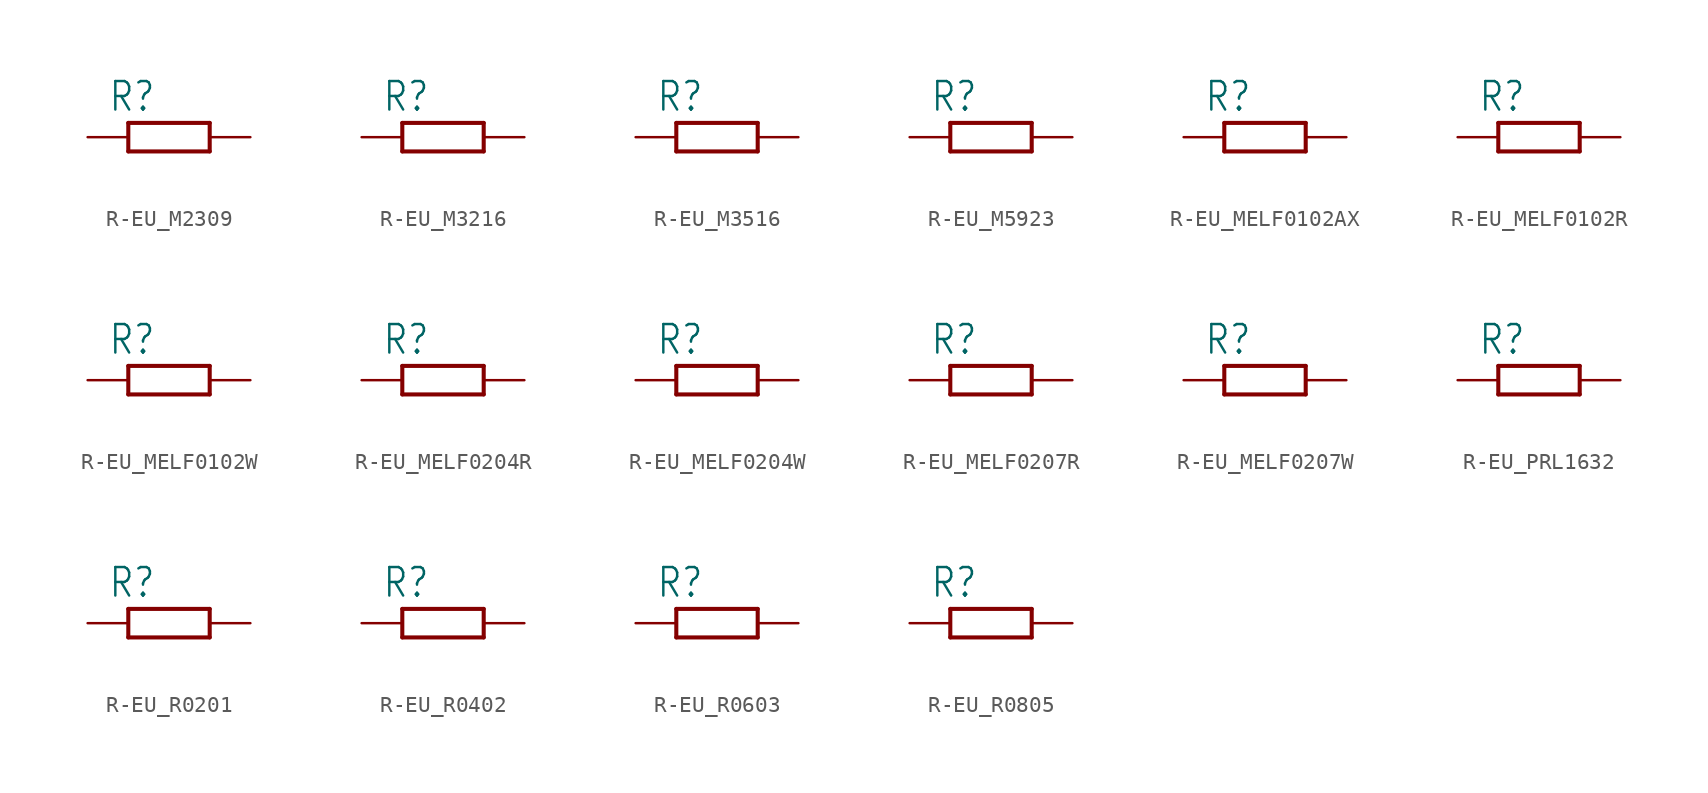
<source format=kicad_sym>
(kicad_symbol_lib
  (version 20231120)
  (generator "kicad_symbol_editor")
  (generator_version "8.0")
  (symbol "R-EU_M2309"
    (property "Reference" "R"
      (at -3.81 1.499 0)
      (effects (font (size 1.778 1.511)) (justify left bottom)))
    (property "Value" ""
      (at -3.81 -3.302 0)
      (effects (font (size 1.778 1.511)) (justify left bottom)))
    (property "ki_locked" ""
      (at 0 0 0)
      (effects (font (size 1.27 1.27))))
    (symbol "R-EU_M2309_1_0"
      (polyline (pts (xy -2.54 -0.889) (xy -2.54 0.889)) (stroke (width 0.254) (type solid)) (fill (type none)))
      (polyline (pts (xy -2.54 -0.889) (xy 2.54 -0.889)) (stroke (width 0.254) (type solid)) (fill (type none)))
      (polyline (pts (xy 2.54 -0.889) (xy 2.54 0.889)) (stroke (width 0.254) (type solid)) (fill (type none)))
      (polyline (pts (xy 2.54 0.889) (xy -2.54 0.889)) (stroke (width 0.254) (type solid)) (fill (type none)))
      (pin passive line (at -5.08 0 0) (length 2.54) (name "1" (effects (font (size 0 0)))) (number "1" (effects (font (size 0 0)))))
      (pin passive line (at 5.08 0 180) (length 2.54) (name "2" (effects (font (size 0 0)))) (number "2" (effects (font (size 0 0)))))))
  (symbol "R-EU_M3216"
    (property "Reference" "R"
      (at -3.81 1.499 0)
      (effects (font (size 1.778 1.511)) (justify left bottom)))
    (property "Value" ""
      (at -3.81 -3.302 0)
      (effects (font (size 1.778 1.511)) (justify left bottom)))
    (property "ki_locked" ""
      (at 0 0 0)
      (effects (font (size 1.27 1.27))))
    (symbol "R-EU_M3216_1_0"
      (polyline (pts (xy -2.54 -0.889) (xy -2.54 0.889)) (stroke (width 0.254) (type solid)) (fill (type none)))
      (polyline (pts (xy -2.54 -0.889) (xy 2.54 -0.889)) (stroke (width 0.254) (type solid)) (fill (type none)))
      (polyline (pts (xy 2.54 -0.889) (xy 2.54 0.889)) (stroke (width 0.254) (type solid)) (fill (type none)))
      (polyline (pts (xy 2.54 0.889) (xy -2.54 0.889)) (stroke (width 0.254) (type solid)) (fill (type none)))
      (pin passive line (at -5.08 0 0) (length 2.54) (name "1" (effects (font (size 0 0)))) (number "1" (effects (font (size 0 0)))))
      (pin passive line (at 5.08 0 180) (length 2.54) (name "2" (effects (font (size 0 0)))) (number "2" (effects (font (size 0 0)))))))
  (symbol "R-EU_M3516"
    (property "Reference" "R"
      (at -3.81 1.499 0)
      (effects (font (size 1.778 1.511)) (justify left bottom)))
    (property "Value" ""
      (at -3.81 -3.302 0)
      (effects (font (size 1.778 1.511)) (justify left bottom)))
    (property "ki_locked" ""
      (at 0 0 0)
      (effects (font (size 1.27 1.27))))
    (symbol "R-EU_M3516_1_0"
      (polyline (pts (xy -2.54 -0.889) (xy -2.54 0.889)) (stroke (width 0.254) (type solid)) (fill (type none)))
      (polyline (pts (xy -2.54 -0.889) (xy 2.54 -0.889)) (stroke (width 0.254) (type solid)) (fill (type none)))
      (polyline (pts (xy 2.54 -0.889) (xy 2.54 0.889)) (stroke (width 0.254) (type solid)) (fill (type none)))
      (polyline (pts (xy 2.54 0.889) (xy -2.54 0.889)) (stroke (width 0.254) (type solid)) (fill (type none)))
      (pin passive line (at -5.08 0 0) (length 2.54) (name "1" (effects (font (size 0 0)))) (number "1" (effects (font (size 0 0)))))
      (pin passive line (at 5.08 0 180) (length 2.54) (name "2" (effects (font (size 0 0)))) (number "2" (effects (font (size 0 0)))))))
  (symbol "R-EU_M5923"
    (property "Reference" "R"
      (at -3.81 1.499 0)
      (effects (font (size 1.778 1.511)) (justify left bottom)))
    (property "Value" ""
      (at -3.81 -3.302 0)
      (effects (font (size 1.778 1.511)) (justify left bottom)))
    (property "ki_locked" ""
      (at 0 0 0)
      (effects (font (size 1.27 1.27))))
    (symbol "R-EU_M5923_1_0"
      (polyline (pts (xy -2.54 -0.889) (xy -2.54 0.889)) (stroke (width 0.254) (type solid)) (fill (type none)))
      (polyline (pts (xy -2.54 -0.889) (xy 2.54 -0.889)) (stroke (width 0.254) (type solid)) (fill (type none)))
      (polyline (pts (xy 2.54 -0.889) (xy 2.54 0.889)) (stroke (width 0.254) (type solid)) (fill (type none)))
      (polyline (pts (xy 2.54 0.889) (xy -2.54 0.889)) (stroke (width 0.254) (type solid)) (fill (type none)))
      (pin passive line (at -5.08 0 0) (length 2.54) (name "1" (effects (font (size 0 0)))) (number "1" (effects (font (size 0 0)))))
      (pin passive line (at 5.08 0 180) (length 2.54) (name "2" (effects (font (size 0 0)))) (number "2" (effects (font (size 0 0)))))))
  (symbol "R-EU_MELF0102AX"
    (property "Reference" "R"
      (at -3.81 1.499 0)
      (effects (font (size 1.778 1.511)) (justify left bottom)))
    (property "Value" ""
      (at -3.81 -3.302 0)
      (effects (font (size 1.778 1.511)) (justify left bottom)))
    (property "ki_locked" ""
      (at 0 0 0)
      (effects (font (size 1.27 1.27))))
    (symbol "R-EU_MELF0102AX_1_0"
      (polyline (pts (xy -2.54 -0.889) (xy -2.54 0.889)) (stroke (width 0.254) (type solid)) (fill (type none)))
      (polyline (pts (xy -2.54 -0.889) (xy 2.54 -0.889)) (stroke (width 0.254) (type solid)) (fill (type none)))
      (polyline (pts (xy 2.54 -0.889) (xy 2.54 0.889)) (stroke (width 0.254) (type solid)) (fill (type none)))
      (polyline (pts (xy 2.54 0.889) (xy -2.54 0.889)) (stroke (width 0.254) (type solid)) (fill (type none)))
      (pin passive line (at -5.08 0 0) (length 2.54) (name "1" (effects (font (size 0 0)))) (number "1" (effects (font (size 0 0)))))
      (pin passive line (at 5.08 0 180) (length 2.54) (name "2" (effects (font (size 0 0)))) (number "2" (effects (font (size 0 0)))))))
  (symbol "R-EU_MELF0102R"
    (property "Reference" "R"
      (at -3.81 1.499 0)
      (effects (font (size 1.778 1.511)) (justify left bottom)))
    (property "Value" ""
      (at -3.81 -3.302 0)
      (effects (font (size 1.778 1.511)) (justify left bottom)))
    (property "ki_locked" ""
      (at 0 0 0)
      (effects (font (size 1.27 1.27))))
    (symbol "R-EU_MELF0102R_1_0"
      (polyline (pts (xy -2.54 -0.889) (xy -2.54 0.889)) (stroke (width 0.254) (type solid)) (fill (type none)))
      (polyline (pts (xy -2.54 -0.889) (xy 2.54 -0.889)) (stroke (width 0.254) (type solid)) (fill (type none)))
      (polyline (pts (xy 2.54 -0.889) (xy 2.54 0.889)) (stroke (width 0.254) (type solid)) (fill (type none)))
      (polyline (pts (xy 2.54 0.889) (xy -2.54 0.889)) (stroke (width 0.254) (type solid)) (fill (type none)))
      (pin passive line (at -5.08 0 0) (length 2.54) (name "1" (effects (font (size 0 0)))) (number "1" (effects (font (size 0 0)))))
      (pin passive line (at 5.08 0 180) (length 2.54) (name "2" (effects (font (size 0 0)))) (number "2" (effects (font (size 0 0)))))))
  (symbol "R-EU_MELF0102W"
    (property "Reference" "R"
      (at -3.81 1.499 0)
      (effects (font (size 1.778 1.511)) (justify left bottom)))
    (property "Value" ""
      (at -3.81 -3.302 0)
      (effects (font (size 1.778 1.511)) (justify left bottom)))
    (property "ki_locked" ""
      (at 0 0 0)
      (effects (font (size 1.27 1.27))))
    (symbol "R-EU_MELF0102W_1_0"
      (polyline (pts (xy -2.54 -0.889) (xy -2.54 0.889)) (stroke (width 0.254) (type solid)) (fill (type none)))
      (polyline (pts (xy -2.54 -0.889) (xy 2.54 -0.889)) (stroke (width 0.254) (type solid)) (fill (type none)))
      (polyline (pts (xy 2.54 -0.889) (xy 2.54 0.889)) (stroke (width 0.254) (type solid)) (fill (type none)))
      (polyline (pts (xy 2.54 0.889) (xy -2.54 0.889)) (stroke (width 0.254) (type solid)) (fill (type none)))
      (pin passive line (at -5.08 0 0) (length 2.54) (name "1" (effects (font (size 0 0)))) (number "1" (effects (font (size 0 0)))))
      (pin passive line (at 5.08 0 180) (length 2.54) (name "2" (effects (font (size 0 0)))) (number "2" (effects (font (size 0 0)))))))
  (symbol "R-EU_MELF0204R"
    (property "Reference" "R"
      (at -3.81 1.499 0)
      (effects (font (size 1.778 1.511)) (justify left bottom)))
    (property "Value" ""
      (at -3.81 -3.302 0)
      (effects (font (size 1.778 1.511)) (justify left bottom)))
    (property "ki_locked" ""
      (at 0 0 0)
      (effects (font (size 1.27 1.27))))
    (symbol "R-EU_MELF0204R_1_0"
      (polyline (pts (xy -2.54 -0.889) (xy -2.54 0.889)) (stroke (width 0.254) (type solid)) (fill (type none)))
      (polyline (pts (xy -2.54 -0.889) (xy 2.54 -0.889)) (stroke (width 0.254) (type solid)) (fill (type none)))
      (polyline (pts (xy 2.54 -0.889) (xy 2.54 0.889)) (stroke (width 0.254) (type solid)) (fill (type none)))
      (polyline (pts (xy 2.54 0.889) (xy -2.54 0.889)) (stroke (width 0.254) (type solid)) (fill (type none)))
      (pin passive line (at -5.08 0 0) (length 2.54) (name "1" (effects (font (size 0 0)))) (number "1" (effects (font (size 0 0)))))
      (pin passive line (at 5.08 0 180) (length 2.54) (name "2" (effects (font (size 0 0)))) (number "2" (effects (font (size 0 0)))))))
  (symbol "R-EU_MELF0204W"
    (property "Reference" "R"
      (at -3.81 1.499 0)
      (effects (font (size 1.778 1.511)) (justify left bottom)))
    (property "Value" ""
      (at -3.81 -3.302 0)
      (effects (font (size 1.778 1.511)) (justify left bottom)))
    (property "ki_locked" ""
      (at 0 0 0)
      (effects (font (size 1.27 1.27))))
    (symbol "R-EU_MELF0204W_1_0"
      (polyline (pts (xy -2.54 -0.889) (xy -2.54 0.889)) (stroke (width 0.254) (type solid)) (fill (type none)))
      (polyline (pts (xy -2.54 -0.889) (xy 2.54 -0.889)) (stroke (width 0.254) (type solid)) (fill (type none)))
      (polyline (pts (xy 2.54 -0.889) (xy 2.54 0.889)) (stroke (width 0.254) (type solid)) (fill (type none)))
      (polyline (pts (xy 2.54 0.889) (xy -2.54 0.889)) (stroke (width 0.254) (type solid)) (fill (type none)))
      (pin passive line (at -5.08 0 0) (length 2.54) (name "1" (effects (font (size 0 0)))) (number "1" (effects (font (size 0 0)))))
      (pin passive line (at 5.08 0 180) (length 2.54) (name "2" (effects (font (size 0 0)))) (number "2" (effects (font (size 0 0)))))))
  (symbol "R-EU_MELF0207R"
    (property "Reference" "R"
      (at -3.81 1.499 0)
      (effects (font (size 1.778 1.511)) (justify left bottom)))
    (property "Value" ""
      (at -3.81 -3.302 0)
      (effects (font (size 1.778 1.511)) (justify left bottom)))
    (property "ki_locked" ""
      (at 0 0 0)
      (effects (font (size 1.27 1.27))))
    (symbol "R-EU_MELF0207R_1_0"
      (polyline (pts (xy -2.54 -0.889) (xy -2.54 0.889)) (stroke (width 0.254) (type solid)) (fill (type none)))
      (polyline (pts (xy -2.54 -0.889) (xy 2.54 -0.889)) (stroke (width 0.254) (type solid)) (fill (type none)))
      (polyline (pts (xy 2.54 -0.889) (xy 2.54 0.889)) (stroke (width 0.254) (type solid)) (fill (type none)))
      (polyline (pts (xy 2.54 0.889) (xy -2.54 0.889)) (stroke (width 0.254) (type solid)) (fill (type none)))
      (pin passive line (at -5.08 0 0) (length 2.54) (name "1" (effects (font (size 0 0)))) (number "1" (effects (font (size 0 0)))))
      (pin passive line (at 5.08 0 180) (length 2.54) (name "2" (effects (font (size 0 0)))) (number "2" (effects (font (size 0 0)))))))
  (symbol "R-EU_MELF0207W"
    (property "Reference" "R"
      (at -3.81 1.499 0)
      (effects (font (size 1.778 1.511)) (justify left bottom)))
    (property "Value" ""
      (at -3.81 -3.302 0)
      (effects (font (size 1.778 1.511)) (justify left bottom)))
    (property "ki_locked" ""
      (at 0 0 0)
      (effects (font (size 1.27 1.27))))
    (symbol "R-EU_MELF0207W_1_0"
      (polyline (pts (xy -2.54 -0.889) (xy -2.54 0.889)) (stroke (width 0.254) (type solid)) (fill (type none)))
      (polyline (pts (xy -2.54 -0.889) (xy 2.54 -0.889)) (stroke (width 0.254) (type solid)) (fill (type none)))
      (polyline (pts (xy 2.54 -0.889) (xy 2.54 0.889)) (stroke (width 0.254) (type solid)) (fill (type none)))
      (polyline (pts (xy 2.54 0.889) (xy -2.54 0.889)) (stroke (width 0.254) (type solid)) (fill (type none)))
      (pin passive line (at -5.08 0 0) (length 2.54) (name "1" (effects (font (size 0 0)))) (number "1" (effects (font (size 0 0)))))
      (pin passive line (at 5.08 0 180) (length 2.54) (name "2" (effects (font (size 0 0)))) (number "2" (effects (font (size 0 0)))))))
  (symbol "R-EU_PRL1632"
    (property "Reference" "R"
      (at -3.81 1.499 0)
      (effects (font (size 1.778 1.511)) (justify left bottom)))
    (property "Value" ""
      (at -3.81 -3.302 0)
      (effects (font (size 1.778 1.511)) (justify left bottom)))
    (property "ki_locked" ""
      (at 0 0 0)
      (effects (font (size 1.27 1.27))))
    (symbol "R-EU_PRL1632_1_0"
      (polyline (pts (xy -2.54 -0.889) (xy -2.54 0.889)) (stroke (width 0.254) (type solid)) (fill (type none)))
      (polyline (pts (xy -2.54 -0.889) (xy 2.54 -0.889)) (stroke (width 0.254) (type solid)) (fill (type none)))
      (polyline (pts (xy 2.54 -0.889) (xy 2.54 0.889)) (stroke (width 0.254) (type solid)) (fill (type none)))
      (polyline (pts (xy 2.54 0.889) (xy -2.54 0.889)) (stroke (width 0.254) (type solid)) (fill (type none)))
      (pin passive line (at -5.08 0 0) (length 2.54) (name "1" (effects (font (size 0 0)))) (number "1" (effects (font (size 0 0)))))
      (pin passive line (at 5.08 0 180) (length 2.54) (name "2" (effects (font (size 0 0)))) (number "2" (effects (font (size 0 0)))))))
  (symbol "R-EU_R0201"
    (property "Reference" "R"
      (at -3.81 1.499 0)
      (effects (font (size 1.778 1.511)) (justify left bottom)))
    (property "Value" ""
      (at -3.81 -3.302 0)
      (effects (font (size 1.778 1.511)) (justify left bottom)))
    (property "ki_locked" ""
      (at 0 0 0)
      (effects (font (size 1.27 1.27))))
    (symbol "R-EU_R0201_1_0"
      (polyline (pts (xy -2.54 -0.889) (xy -2.54 0.889)) (stroke (width 0.254) (type solid)) (fill (type none)))
      (polyline (pts (xy -2.54 -0.889) (xy 2.54 -0.889)) (stroke (width 0.254) (type solid)) (fill (type none)))
      (polyline (pts (xy 2.54 -0.889) (xy 2.54 0.889)) (stroke (width 0.254) (type solid)) (fill (type none)))
      (polyline (pts (xy 2.54 0.889) (xy -2.54 0.889)) (stroke (width 0.254) (type solid)) (fill (type none)))
      (pin passive line (at -5.08 0 0) (length 2.54) (name "1" (effects (font (size 0 0)))) (number "1" (effects (font (size 0 0)))))
      (pin passive line (at 5.08 0 180) (length 2.54) (name "2" (effects (font (size 0 0)))) (number "2" (effects (font (size 0 0)))))))
  (symbol "R-EU_R0402"
    (property "Reference" "R"
      (at -3.81 1.499 0)
      (effects (font (size 1.778 1.511)) (justify left bottom)))
    (property "Value" ""
      (at -3.81 -3.302 0)
      (effects (font (size 1.778 1.511)) (justify left bottom)))
    (property "ki_locked" ""
      (at 0 0 0)
      (effects (font (size 1.27 1.27))))
    (symbol "R-EU_R0402_1_0"
      (polyline (pts (xy -2.54 -0.889) (xy -2.54 0.889)) (stroke (width 0.254) (type solid)) (fill (type none)))
      (polyline (pts (xy -2.54 -0.889) (xy 2.54 -0.889)) (stroke (width 0.254) (type solid)) (fill (type none)))
      (polyline (pts (xy 2.54 -0.889) (xy 2.54 0.889)) (stroke (width 0.254) (type solid)) (fill (type none)))
      (polyline (pts (xy 2.54 0.889) (xy -2.54 0.889)) (stroke (width 0.254) (type solid)) (fill (type none)))
      (pin passive line (at -5.08 0 0) (length 2.54) (name "1" (effects (font (size 0 0)))) (number "1" (effects (font (size 0 0)))))
      (pin passive line (at 5.08 0 180) (length 2.54) (name "2" (effects (font (size 0 0)))) (number "2" (effects (font (size 0 0)))))))
  (symbol "R-EU_R0603"
    (property "Reference" "R"
      (at -3.81 1.499 0)
      (effects (font (size 1.778 1.511)) (justify left bottom)))
    (property "Value" ""
      (at -3.81 -3.302 0)
      (effects (font (size 1.778 1.511)) (justify left bottom)))
    (property "ki_locked" ""
      (at 0 0 0)
      (effects (font (size 1.27 1.27))))
    (symbol "R-EU_R0603_1_0"
      (polyline (pts (xy -2.54 -0.889) (xy -2.54 0.889)) (stroke (width 0.254) (type solid)) (fill (type none)))
      (polyline (pts (xy -2.54 -0.889) (xy 2.54 -0.889)) (stroke (width 0.254) (type solid)) (fill (type none)))
      (polyline (pts (xy 2.54 -0.889) (xy 2.54 0.889)) (stroke (width 0.254) (type solid)) (fill (type none)))
      (polyline (pts (xy 2.54 0.889) (xy -2.54 0.889)) (stroke (width 0.254) (type solid)) (fill (type none)))
      (pin passive line (at -5.08 0 0) (length 2.54) (name "1" (effects (font (size 0 0)))) (number "1" (effects (font (size 0 0)))))
      (pin passive line (at 5.08 0 180) (length 2.54) (name "2" (effects (font (size 0 0)))) (number "2" (effects (font (size 0 0)))))))
  (symbol "R-EU_R0805"
    (property "Reference" "R"
      (at -3.81 1.499 0)
      (effects (font (size 1.778 1.511)) (justify left bottom)))
    (property "Value" ""
      (at -3.81 -3.302 0)
      (effects (font (size 1.778 1.511)) (justify left bottom)))
    (property "ki_locked" ""
      (at 0 0 0)
      (effects (font (size 1.27 1.27))))
    (symbol "R-EU_R0805_1_0"
      (polyline (pts (xy -2.54 -0.889) (xy -2.54 0.889)) (stroke (width 0.254) (type solid)) (fill (type none)))
      (polyline (pts (xy -2.54 -0.889) (xy 2.54 -0.889)) (stroke (width 0.254) (type solid)) (fill (type none)))
      (polyline (pts (xy 2.54 -0.889) (xy 2.54 0.889)) (stroke (width 0.254) (type solid)) (fill (type none)))
      (polyline (pts (xy 2.54 0.889) (xy -2.54 0.889)) (stroke (width 0.254) (type solid)) (fill (type none)))
      (pin passive line (at -5.08 0 0) (length 2.54) (name "1" (effects (font (size 0 0)))) (number "1" (effects (font (size 0 0)))))
      (pin passive line (at 5.08 0 180) (length 2.54) (name "2" (effects (font (size 0 0)))) (number "2" (effects (font (size 0 0))))))))
</source>
